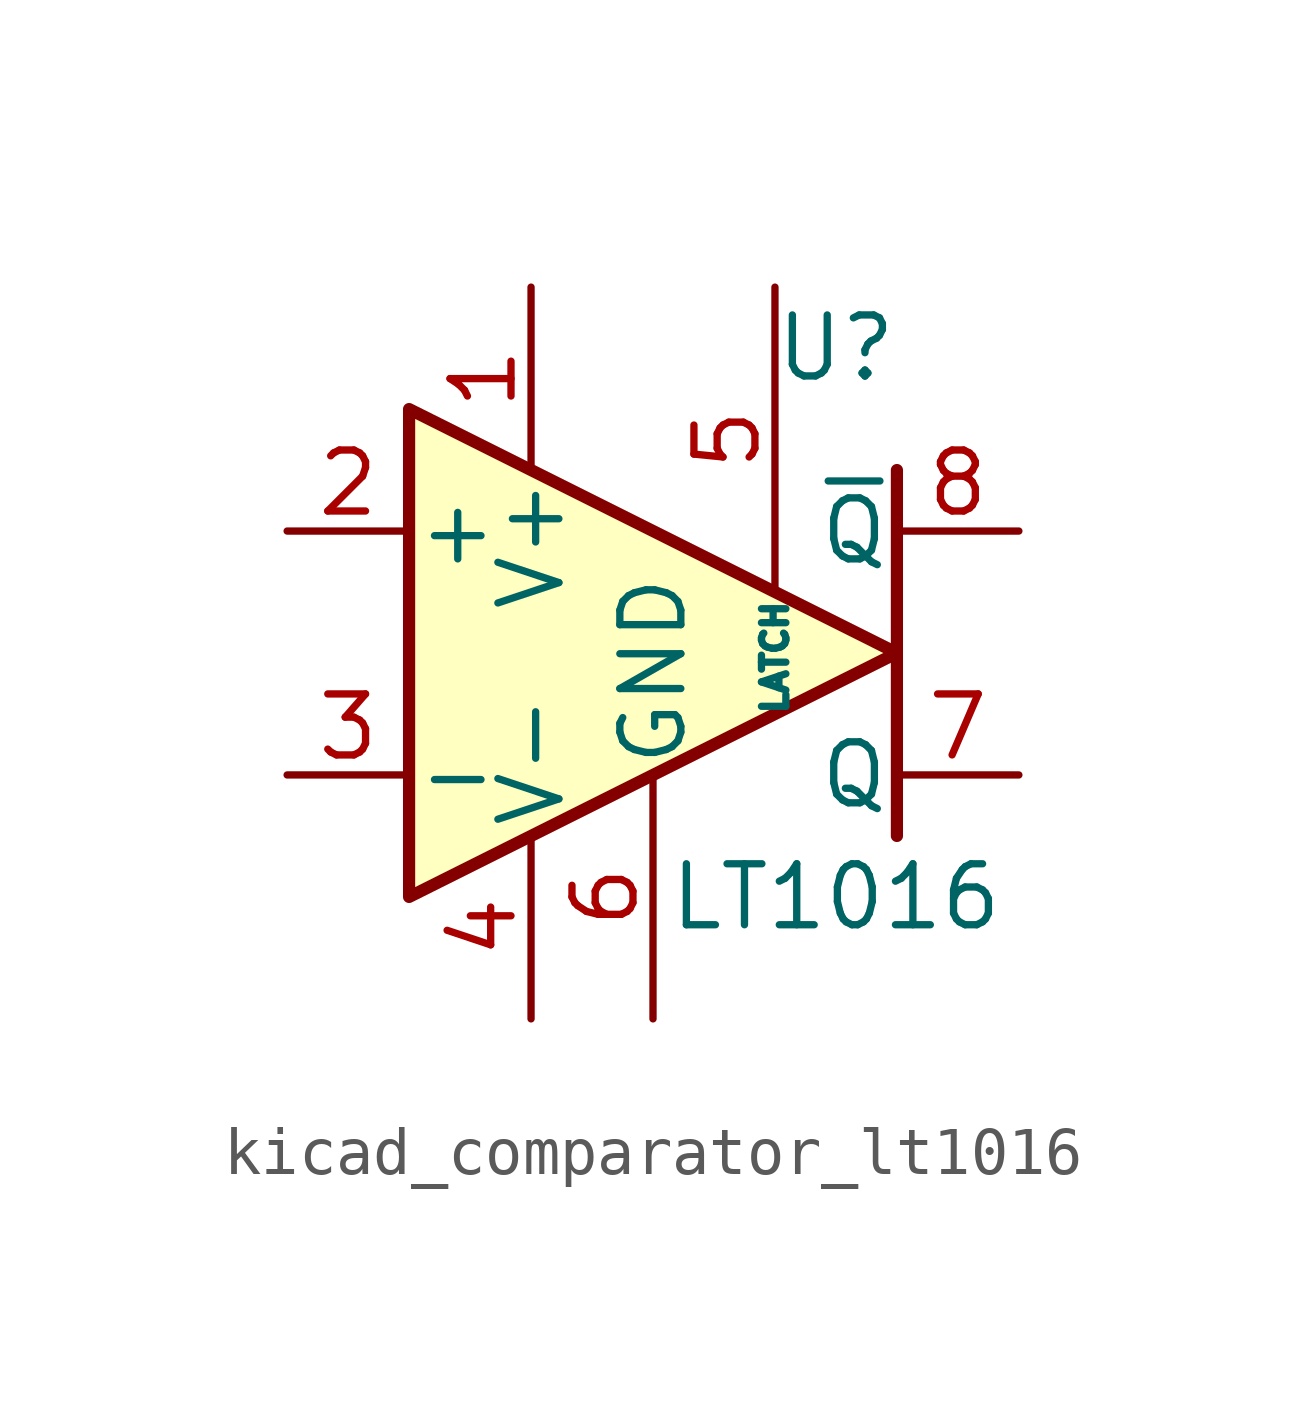
<source format=kicad_sym>
(kicad_symbol_lib
  (version 20220914)
  (generator kicad_symbol_editor)
  (symbol "kicad_comparator_lt1016"
    (pin_names
      (offset 0.127))
    (property "Reference" "U"
      (at 3.81 6.35 0)
      (effects (font (size 1.27 1.27))))
    (property "Value" "LT1016"
      (at 3.81 -5.08 0)
      (effects (font (size 1.27 1.27))))
    (symbol "kicad_comparator_lt1016_0_1"
      (polyline (pts (xy 5.08 3.81) (xy 5.08 -3.81)) (stroke (width 0.254) (type default)) (fill (type none)))
      (polyline (pts (xy -5.08 5.08) (xy 5.08 0) (xy -5.08 -5.08) (xy -5.08 5.08)) (stroke (width 0.254) (type default)) (fill (type background))))
    (symbol "kicad_comparator_lt1016_1_1"
      (pin power_in line (at -2.54 7.62 270) (length 3.81) (name "V+" (effects (font (size 1.27 1.27)))) (number "1" (effects (font (size 1.27 1.27)))))
      (pin input line (at -7.62 2.54 0) (length 2.54) (name "+" (effects (font (size 1.27 1.27)))) (number "2" (effects (font (size 1.27 1.27)))))
      (pin input line (at -7.62 -2.54 0) (length 2.54) (name "-" (effects (font (size 1.27 1.27)))) (number "3" (effects (font (size 1.27 1.27)))))
      (pin power_in line (at -2.54 -7.62 90) (length 3.81) (name "V-" (effects (font (size 1.27 1.27)))) (number "4" (effects (font (size 1.27 1.27)))))
      (pin input line (at 2.54 7.62 270) (length 6.35) (name "LATCH" (effects (font (size 0.508 0.508)))) (number "5" (effects (font (size 1.27 1.27)))))
      (pin power_in line (at 0 -7.62 90) (length 5.08) (name "GND" (effects (font (size 1.27 1.27)))) (number "6" (effects (font (size 1.27 1.27)))))
      (pin output line (at 7.62 -2.54 180) (length 2.54) (name "Q" (effects (font (size 1.27 1.27)))) (number "7" (effects (font (size 1.27 1.27)))))
      (pin output line (at 7.62 2.54 180) (length 2.54) (name "~{Q}" (effects (font (size 1.27 1.27)))) (number "8" (effects (font (size 1.27 1.27))))))))
</source>
